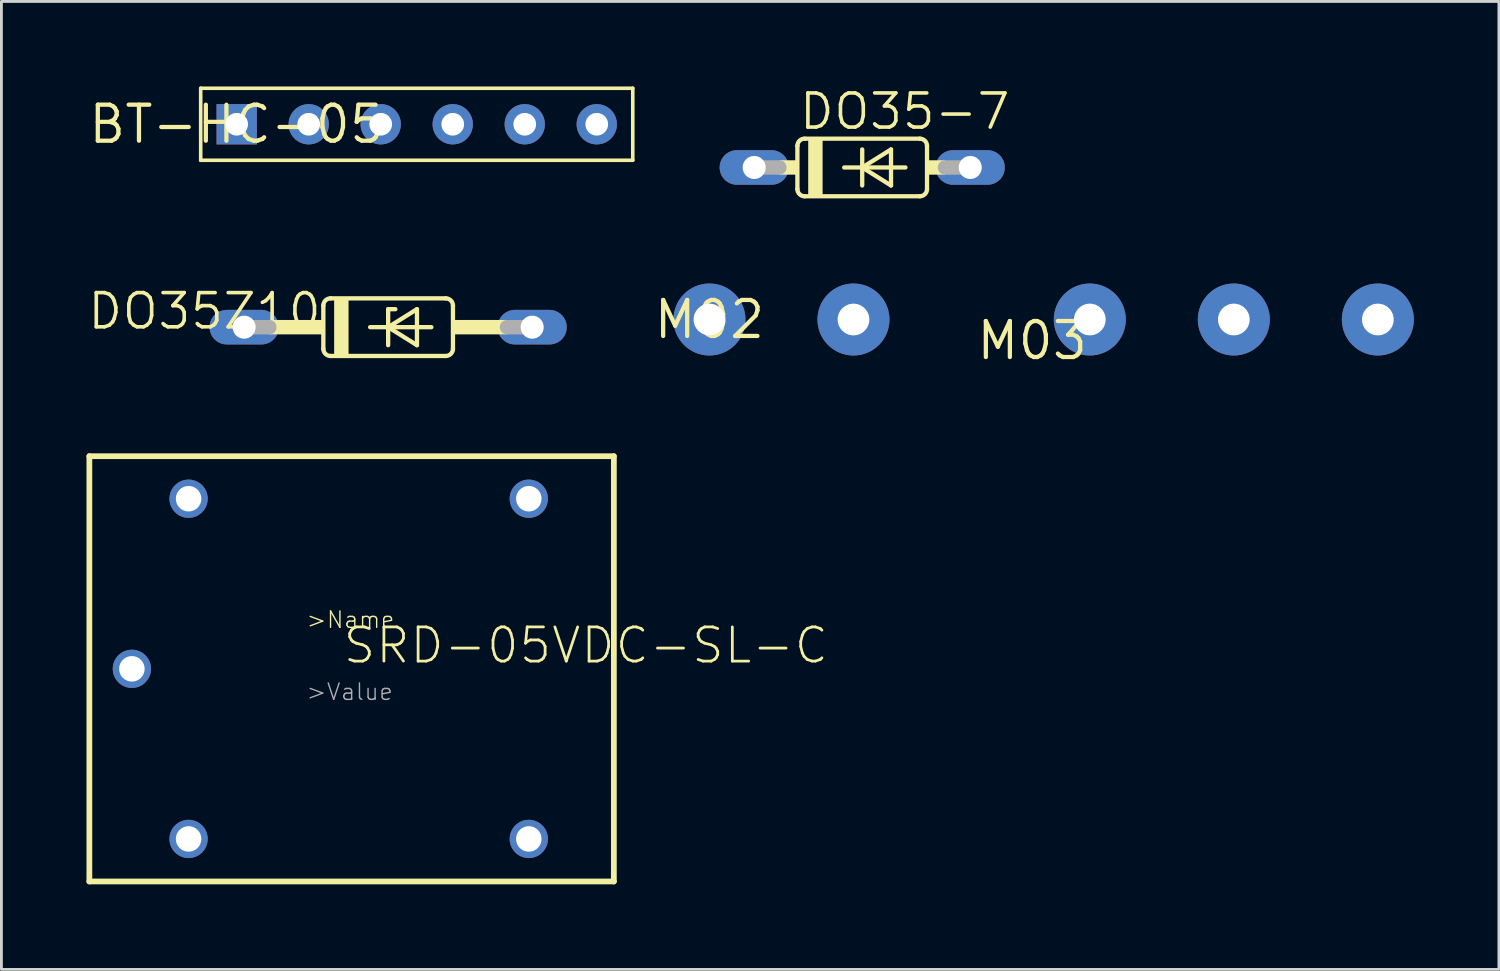
<source format=kicad_pcb>
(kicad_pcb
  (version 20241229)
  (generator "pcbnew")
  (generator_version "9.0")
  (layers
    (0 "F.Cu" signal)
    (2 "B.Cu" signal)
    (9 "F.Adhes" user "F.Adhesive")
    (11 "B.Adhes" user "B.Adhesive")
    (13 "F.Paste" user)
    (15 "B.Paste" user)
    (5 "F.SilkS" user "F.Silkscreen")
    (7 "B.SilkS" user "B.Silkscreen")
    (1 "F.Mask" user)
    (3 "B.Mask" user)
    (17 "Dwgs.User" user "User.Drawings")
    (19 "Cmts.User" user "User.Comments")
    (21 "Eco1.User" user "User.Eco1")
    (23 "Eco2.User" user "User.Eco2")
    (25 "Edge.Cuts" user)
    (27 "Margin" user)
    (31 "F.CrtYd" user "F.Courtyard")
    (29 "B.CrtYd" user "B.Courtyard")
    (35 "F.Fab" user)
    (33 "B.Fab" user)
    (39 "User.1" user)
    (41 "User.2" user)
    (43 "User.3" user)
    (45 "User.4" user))
  (footprint "M02"
    (layer "F.Cu")
    (at 21.974 8.22)
    (property "Reference" "M02" (at 0 0 0) (layer "F.SilkS") (effects (font (size 1.27 1.27) (thickness 0.15))))
    (attr through_hole)
    (pad "1" thru_hole circle (at 0 0 90) (size 2.54 2.54) (drill 1.118) (layers "*.Cu" "*.Mask"))
    (pad "2" thru_hole circle (at 5.08 0 90) (size 2.54 2.54) (drill 1.118) (layers "*.Cu" "*.Mask")))
  (footprint "DO35-7"
    (layer "F.Cu")
    (at 27.362 2.857)
    (property "Reference" "DO35-7" (at -2.286 -1.27 0) (layer "F.SilkS") (effects (font (size 1.206 1.206) (thickness 0.127)) (justify left bottom)))
    (attr through_hole)
    (fp_line (start -2.286 -0.762) (end -2.286 0.762) (stroke (width 0.152) (type solid)) (layer "F.SilkS"))
    (fp_line (start -2.032 -1.016) (end 2.032 -1.016) (stroke (width 0.152) (type solid)) (layer "F.SilkS"))
    (fp_line (start -2.032 1.016) (end 2.032 1.016) (stroke (width 0.152) (type solid)) (layer "F.SilkS"))
    (fp_line (start -0.635 0) (end 0 0) (stroke (width 0.152) (type solid)) (layer "F.SilkS"))
    (fp_line (start 0 -0.635) (end 0 0) (stroke (width 0.152) (type solid)) (layer "F.SilkS"))
    (fp_line (start 0 0) (end 0 0.635) (stroke (width 0.152) (type solid)) (layer "F.SilkS"))
    (fp_line (start 0 0) (end 1.016 -0.635) (stroke (width 0.152) (type solid)) (layer "F.SilkS"))
    (fp_line (start 0 0) (end 1.524 0) (stroke (width 0.152) (type solid)) (layer "F.SilkS"))
    (fp_line (start 1.016 -0.635) (end 1.016 0.635) (stroke (width 0.152) (type solid)) (layer "F.SilkS"))
    (fp_line (start 1.016 0.635) (end 0 0) (stroke (width 0.152) (type solid)) (layer "F.SilkS"))
    (fp_line (start 2.286 -0.762) (end 2.286 0.762) (stroke (width 0.152) (type solid)) (layer "F.SilkS"))
    (fp_arc (start -2.286 -0.762) (mid -2.211605 -0.941605) (end -2.032 -1.016) (stroke (width 0.1524) (type solid)) (layer "F.SilkS"))
    (fp_arc (start -2.032 1.016) (mid -2.211605 0.941605) (end -2.286 0.762) (stroke (width 0.1524) (type solid)) (layer "F.SilkS"))
    (fp_arc (start 2.032 -1.016) (mid 2.211605 -0.941605) (end 2.286 -0.762) (stroke (width 0.1524) (type solid)) (layer "F.SilkS"))
    (fp_arc (start 2.286 0.762) (mid 2.211605 0.941605) (end 2.032 1.016) (stroke (width 0.1524) (type solid)) (layer "F.SilkS"))
    (fp_poly (pts (xy -2.921 0.254) (xy -2.286 0.254) (xy -2.286 -0.254) (xy -2.921 -0.254)) (stroke (width 0) (type solid)) (fill yes) (layer "F.SilkS"))
    (fp_poly (pts (xy -1.905 1.016) (xy -1.397 1.016) (xy -1.397 -1.016) (xy -1.905 -1.016)) (stroke (width 0) (type solid)) (fill yes) (layer "F.SilkS"))
    (fp_poly (pts (xy 2.286 0.254) (xy 2.921 0.254) (xy 2.921 -0.254) (xy 2.286 -0.254)) (stroke (width 0) (type solid)) (fill yes) (layer "F.SilkS"))
    (fp_line (start -3.81 0) (end -2.921 0) (stroke (width 0.508) (type solid)) (layer "F.Fab"))
    (fp_line (start 3.81 0) (end 2.921 0) (stroke (width 0.508) (type solid)) (layer "F.Fab"))
    (pad "A" thru_hole oval (at 3.81 0) (size 2.438 1.219) (drill 0.813) (layers "*.Cu" "*.Mask"))
    (pad "C" thru_hole oval (at -3.81 0) (size 2.438 1.219) (drill 0.813) (layers "*.Cu" "*.Mask")))
  (footprint "DO35Z10"
    (layer "F.Cu")
    (at 10.641 8.49)
    (property "Reference" "DO35Z10" (at -2.286 -1.27 0) (layer "F.SilkS") (effects (font (size 1.206 1.206) (thickness 0.127)) (justify right top)))
    (attr through_hole)
    (fp_line (start -2.286 -0.762) (end -2.286 0.762) (stroke (width 0.152) (type solid)) (layer "F.SilkS"))
    (fp_line (start -2.032 -1.016) (end 2.032 -1.016) (stroke (width 0.152) (type solid)) (layer "F.SilkS"))
    (fp_line (start -2.032 1.016) (end 2.032 1.016) (stroke (width 0.152) (type solid)) (layer "F.SilkS"))
    (fp_line (start -0.635 0) (end 0 0) (stroke (width 0.152) (type solid)) (layer "F.SilkS"))
    (fp_line (start 0 -0.635) (end 0 0) (stroke (width 0.152) (type solid)) (layer "F.SilkS"))
    (fp_line (start 0 0) (end 0 0.635) (stroke (width 0.152) (type solid)) (layer "F.SilkS"))
    (fp_line (start 0 0) (end 1.016 -0.635) (stroke (width 0.152) (type solid)) (layer "F.SilkS"))
    (fp_line (start 0 0) (end 1.524 0) (stroke (width 0.152) (type solid)) (layer "F.SilkS"))
    (fp_line (start 0.254 -0.635) (end 0 -0.635) (stroke (width 0.152) (type solid)) (layer "F.SilkS"))
    (fp_line (start 1.016 -0.635) (end 1.016 0.635) (stroke (width 0.152) (type solid)) (layer "F.SilkS"))
    (fp_line (start 1.016 0.635) (end 0 0) (stroke (width 0.152) (type solid)) (layer "F.SilkS"))
    (fp_line (start 2.286 -0.762) (end 2.286 0.762) (stroke (width 0.152) (type solid)) (layer "F.SilkS"))
    (fp_arc (start -2.286 -0.762) (mid -2.211605 -0.941605) (end -2.032 -1.016) (stroke (width 0.1524) (type solid)) (layer "F.SilkS"))
    (fp_arc (start -2.032 1.016) (mid -2.211605 0.941605) (end -2.286 0.762) (stroke (width 0.1524) (type solid)) (layer "F.SilkS"))
    (fp_arc (start 2.032 -1.016) (mid 2.211605 -0.941605) (end 2.286 -0.762) (stroke (width 0.1524) (type solid)) (layer "F.SilkS"))
    (fp_arc (start 2.286 0.762) (mid 2.211605 0.941605) (end 2.032 1.016) (stroke (width 0.1524) (type solid)) (layer "F.SilkS"))
    (fp_poly (pts (xy -4.191 0.254) (xy -2.286 0.254) (xy -2.286 -0.254) (xy -4.191 -0.254)) (stroke (width 0) (type solid)) (fill yes) (layer "F.SilkS"))
    (fp_poly (pts (xy -1.905 1.016) (xy -1.397 1.016) (xy -1.397 -1.016) (xy -1.905 -1.016)) (stroke (width 0) (type solid)) (fill yes) (layer "F.SilkS"))
    (fp_poly (pts (xy 2.286 0.254) (xy 4.191 0.254) (xy 4.191 -0.254) (xy 2.286 -0.254)) (stroke (width 0) (type solid)) (fill yes) (layer "F.SilkS"))
    (fp_line (start -5.08 0) (end -4.191 0) (stroke (width 0.508) (type solid)) (layer "F.Fab"))
    (fp_line (start 5.08 0) (end 4.191 0) (stroke (width 0.508) (type solid)) (layer "F.Fab"))
    (pad "A" thru_hole oval (at 5.08 0) (size 2.438 1.219) (drill 0.813) (layers "*.Cu" "*.Mask"))
    (pad "C" thru_hole oval (at -5.08 0) (size 2.438 1.219) (drill 0.813) (layers "*.Cu" "*.Mask")))
  (footprint "SRD-05VDC-SL-C"
    (layer "F.Cu")
    (at 8.992 20.421)
    (property "Reference" "SRD-05VDC-SL-C" (at 0 0 0) (layer "F.SilkS") (effects (font (size 1.206 1.206) (thickness 0.097)) (justify left bottom)))
    (attr through_hole)
    (fp_line (start -8.89 -7.38) (end 9.61 -7.38) (stroke (width 0.203) (type solid)) (layer "F.SilkS"))
    (fp_line (start -8.89 7.62) (end -8.89 -7.38) (stroke (width 0.203) (type solid)) (layer "F.SilkS"))
    (fp_line (start 9.61 -7.38) (end 9.61 7.62) (stroke (width 0.203) (type solid)) (layer "F.SilkS"))
    (fp_line (start 9.61 7.62) (end -8.89 7.62) (stroke (width 0.203) (type solid)) (layer "F.SilkS"))
    (fp_text user ">Name" (at -1.27 -1.27 0) (layer "F.SilkS") (effects (font (size 0.579 0.579) (thickness 0.049)) (justify left bottom)))
    (fp_text user ">Value" (at -1.27 1.27 0) (layer "F.Fab") (effects (font (size 0.579 0.579) (thickness 0.049)) (justify left bottom)))
    (pad "COIL0" thru_hole circle (at -5.39 6.12) (size 1.35 1.35) (drill 0.9) (layers "*.Cu" "*.Mask"))
    (pad "COIL1" thru_hole circle (at -5.39 -5.88) (size 1.35 1.35) (drill 0.9) (layers "*.Cu" "*.Mask"))
    (pad "SWCLOSED" thru_hole circle (at 6.61 6.12) (size 1.35 1.35) (drill 0.9) (layers "*.Cu" "*.Mask"))
    (pad "SWCOMMON" thru_hole circle (at -7.39 0.12) (size 1.35 1.35) (drill 0.9) (layers "*.Cu" "*.Mask"))
    (pad "SWOPEN" thru_hole circle (at 6.61 -5.88) (size 1.35 1.35) (drill 0.9) (layers "*.Cu" "*.Mask")))
  (footprint "M03"
    (layer "F.Cu")
    (at 35.39 8.22)
    (property "Reference" "M03" (at 0 0 0) (layer "F.SilkS") (effects (font (size 1.27 1.27) (thickness 0.15)) (justify right top)))
    (attr through_hole)
    (pad "1" thru_hole circle (at 0 0 90) (size 2.54 2.54) (drill 1.118) (layers "*.Cu" "*.Mask"))
    (pad "2" thru_hole circle (at 5.08 0 90) (size 2.54 2.54) (drill 1.118) (layers "*.Cu" "*.Mask"))
    (pad "3" thru_hole circle (at 10.16 0 90) (size 2.54 2.54) (drill 1.118) (layers "*.Cu" "*.Mask")))
  (footprint "BT-HC-05"
    (layer "F.Cu")
    (at 5.299 1.333)
    (property "Reference" "BT-HC-05" (at 0 0 0) (layer "F.SilkS") (effects (font (size 1.27 1.27) (thickness 0.15))))
    (attr through_hole)
    (fp_line (start -1.27 -1.27) (end 13.97 -1.27) (stroke (width 0.127) (type solid)) (layer "F.SilkS"))
    (fp_line (start -1.27 1.27) (end -1.27 -1.27) (stroke (width 0.127) (type solid)) (layer "F.SilkS"))
    (fp_line (start 13.97 -1.27) (end 13.97 1.27) (stroke (width 0.127) (type solid)) (layer "F.SilkS"))
    (fp_line (start 13.97 1.27) (end -1.27 1.27) (stroke (width 0.127) (type solid)) (layer "F.SilkS"))
    (pad "EN" thru_hole rect (at 0 0) (size 1.422 1.422) (drill 0.8) (layers "*.Cu" "*.Mask"))
    (pad "GND" thru_hole circle (at 5.08 0) (size 1.422 1.422) (drill 0.8) (layers "*.Cu" "*.Mask"))
    (pad "RXD" thru_hole circle (at 10.16 0) (size 1.422 1.422) (drill 0.8) (layers "*.Cu" "*.Mask"))
    (pad "STATE" thru_hole circle (at 12.7 0) (size 1.422 1.422) (drill 0.8) (layers "*.Cu" "*.Mask"))
    (pad "TXD" thru_hole circle (at 7.62 0) (size 1.422 1.422) (drill 0.8) (layers "*.Cu" "*.Mask"))
    (pad "VCC" thru_hole circle (at 2.54 0) (size 1.422 1.422) (drill 0.8) (layers "*.Cu" "*.Mask")))
  (gr_rect
    (start -3 -3)
    (end 49.82 31.143)
    (stroke (width 0.1) (type default))
    (fill no)
    (layer "Edge.Cuts")))
</source>
